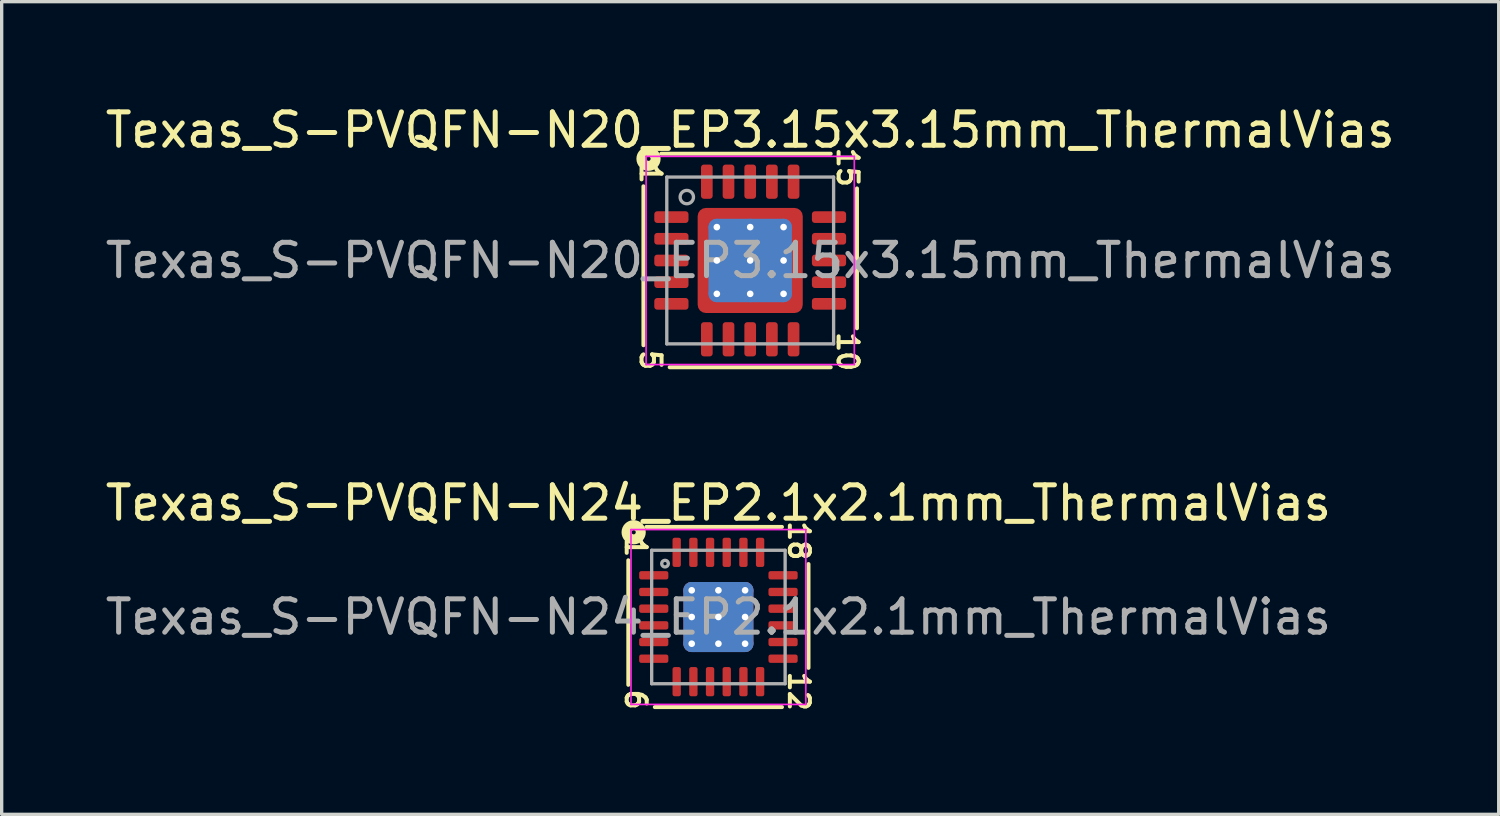
<source format=kicad_pcb>
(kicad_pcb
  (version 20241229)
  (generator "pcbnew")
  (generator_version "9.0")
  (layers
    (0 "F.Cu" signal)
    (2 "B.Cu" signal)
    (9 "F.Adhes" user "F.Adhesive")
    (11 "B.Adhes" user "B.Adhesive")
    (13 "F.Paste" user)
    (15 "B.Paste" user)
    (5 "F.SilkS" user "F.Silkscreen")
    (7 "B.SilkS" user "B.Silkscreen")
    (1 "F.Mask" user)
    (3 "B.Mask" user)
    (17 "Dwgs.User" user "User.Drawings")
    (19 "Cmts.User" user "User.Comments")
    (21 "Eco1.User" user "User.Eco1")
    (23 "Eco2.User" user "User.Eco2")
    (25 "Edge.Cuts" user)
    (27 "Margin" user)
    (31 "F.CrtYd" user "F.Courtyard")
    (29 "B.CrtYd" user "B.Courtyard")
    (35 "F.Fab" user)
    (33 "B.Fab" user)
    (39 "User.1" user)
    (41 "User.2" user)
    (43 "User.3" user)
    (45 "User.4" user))
  (footprint "Texas_S-PVQFN-N20_EP3.15x3.15mm_ThermalVias"
    (layer "F.Cu")
    (at 19.435 4.757)
    (property "Reference" "Texas_S-PVQFN-N20_EP3.15x3.15mm_ThermalVias" (at 0 -3.909 0) (layer "F.SilkS") (effects (font (size 1 1) (thickness 0.15))))
    (attr smd)
    (fp_line (start -3.2 -2.223) (end -3.2 2.54) (stroke (width 0.12) (type solid)) (layer "F.SilkS"))
    (fp_line (start -2.413 3.2) (end 2.413 3.2) (stroke (width 0.12) (type solid)) (layer "F.SilkS"))
    (fp_line (start 2.413 -3.2) (end -2.667 -3.2) (stroke (width 0.12) (type solid)) (layer "F.SilkS"))
    (fp_line (start 3.2 2.032) (end 3.2 -2.159) (stroke (width 0.12) (type solid)) (layer "F.SilkS"))
    (fp_circle (center -3.048 -3.048) (end -2.985 -3.048) (stroke (width 0.3) (type solid)) (fill no) (layer "F.SilkS"))
    (fp_line (start -3.12 -3.12) (end -3.12 3.12) (stroke (width 0.05) (type solid)) (layer "F.CrtYd"))
    (fp_line (start -3.12 3.12) (end 3.12 3.12) (stroke (width 0.05) (type solid)) (layer "F.CrtYd"))
    (fp_line (start 3.12 -3.12) (end -3.12 -3.12) (stroke (width 0.05) (type solid)) (layer "F.CrtYd"))
    (fp_line (start 3.12 3.12) (end 3.12 -3.12) (stroke (width 0.05) (type solid)) (layer "F.CrtYd"))
    (fp_line (start -2.5 -2.5) (end 2.5 -2.5) (stroke (width 0.1) (type solid)) (layer "F.Fab"))
    (fp_line (start -2.5 2.5) (end -2.5 -2.5) (stroke (width 0.1) (type solid)) (layer "F.Fab"))
    (fp_line (start 2.5 -2.5) (end 2.5 2.5) (stroke (width 0.1) (type solid)) (layer "F.Fab"))
    (fp_line (start 2.5 2.5) (end -2.5 2.5) (stroke (width 0.1) (type solid)) (layer "F.Fab"))
    (fp_circle (center -1.9 -1.9) (end -1.7 -1.9) (stroke (width 0.1) (type solid)) (fill no) (layer "F.Fab"))
    (fp_text user "15" (at 2.921 -2.794 270) (unlocked yes) (layer "F.SilkS") (effects (font (size 0.6 0.6) (thickness 0.12))))
    (fp_text user "10" (at 2.921 2.731 270) (unlocked yes) (layer "F.SilkS") (effects (font (size 0.6 0.6) (thickness 0.12))))
    (fp_text user "1" (at -2.985 -2.603 270) (unlocked yes) (layer "F.SilkS") (effects (font (size 0.6 0.6) (thickness 0.12))))
    (fp_text user "5" (at -2.985 2.985 270) (unlocked yes) (layer "F.SilkS") (effects (font (size 0.6 0.6) (thickness 0.12))))
    (fp_text user "${REFERENCE}" (at 0 0 0) (layer "F.Fab") (effects (font (size 1 1) (thickness 0.15))))
    (pad "" smd custom (at -1.288 -1.288) (size 0.342 0.342) (layers "F.Paste") (options (anchor circle)) (primitives (gr_poly (pts (xy 0.116 0.012) (xy 0.012 0.116) (xy -0.116 0.116) (xy -0.116 -0.116) (xy 0.116 -0.116)) (width 0.232) (fill yes))))
    (pad "" smd custom (at -1.288 -0.5) (size 0.371 0.371) (layers "F.Paste") (options (anchor circle)) (primitives (gr_poly (pts (xy 0.14 -0.235) (xy 0.14 0.235) (xy 0.063 0.311) (xy -0.14 0.311) (xy -0.14 -0.311) (xy 0.063 -0.311)) (width 0.184) (fill yes))))
    (pad "" smd custom (at -1.288 0.5) (size 0.371 0.371) (layers "F.Paste") (options (anchor circle)) (primitives (gr_poly (pts (xy 0.14 -0.235) (xy 0.14 0.235) (xy 0.063 0.311) (xy -0.14 0.311) (xy -0.14 -0.311) (xy 0.063 -0.311)) (width 0.184) (fill yes))))
    (pad "" smd custom (at -1.288 1.288) (size 0.342 0.342) (layers "F.Paste") (options (anchor circle)) (primitives (gr_poly (pts (xy 0.116 -0.012) (xy 0.116 0.116) (xy -0.116 0.116) (xy -0.116 -0.116) (xy 0.012 -0.116)) (width 0.232) (fill yes))))
    (pad "" smd custom (at -0.5 -1.288) (size 0.371 0.371) (layers "F.Paste") (options (anchor circle)) (primitives (gr_poly (pts (xy 0.311 0.063) (xy 0.235 0.14) (xy -0.235 0.14) (xy -0.311 0.063) (xy -0.311 -0.14) (xy 0.311 -0.14)) (width 0.184) (fill yes))))
    (pad "" smd roundrect (at -0.5 -0.5) (size 0.806 0.806) (layers "F.Paste") (roundrect_rratio 0.25))
    (pad "" smd roundrect (at -0.5 0.5) (size 0.806 0.806) (layers "F.Paste") (roundrect_rratio 0.25))
    (pad "" smd custom (at -0.5 1.288) (size 0.371 0.371) (layers "F.Paste") (options (anchor circle)) (primitives (gr_poly (pts (xy 0.311 -0.063) (xy 0.311 0.14) (xy -0.311 0.14) (xy -0.311 -0.063) (xy -0.235 -0.14) (xy 0.235 -0.14)) (width 0.184) (fill yes))))
    (pad "" smd custom (at 0.5 -1.288) (size 0.371 0.371) (layers "F.Paste") (options (anchor circle)) (primitives (gr_poly (pts (xy 0.311 0.063) (xy 0.235 0.14) (xy -0.235 0.14) (xy -0.311 0.063) (xy -0.311 -0.14) (xy 0.311 -0.14)) (width 0.184) (fill yes))))
    (pad "" smd roundrect (at 0.5 -0.5) (size 0.806 0.806) (layers "F.Paste") (roundrect_rratio 0.25))
    (pad "" smd roundrect (at 0.5 0.5) (size 0.806 0.806) (layers "F.Paste") (roundrect_rratio 0.25))
    (pad "" smd custom (at 0.5 1.288) (size 0.371 0.371) (layers "F.Paste") (options (anchor circle)) (primitives (gr_poly (pts (xy 0.311 -0.063) (xy 0.311 0.14) (xy -0.311 0.14) (xy -0.311 -0.063) (xy -0.235 -0.14) (xy 0.235 -0.14)) (width 0.184) (fill yes))))
    (pad "" smd custom (at 1.288 -1.288) (size 0.342 0.342) (layers "F.Paste") (options (anchor circle)) (primitives (gr_poly (pts (xy 0.116 0.116) (xy -0.012 0.116) (xy -0.116 0.012) (xy -0.116 -0.116) (xy 0.116 -0.116)) (width 0.232) (fill yes))))
    (pad "" smd custom (at 1.288 -0.5) (size 0.371 0.371) (layers "F.Paste") (options (anchor circle)) (primitives (gr_poly (pts (xy 0.14 0.311) (xy -0.063 0.311) (xy -0.14 0.235) (xy -0.14 -0.235) (xy -0.063 -0.311) (xy 0.14 -0.311)) (width 0.184) (fill yes))))
    (pad "" smd custom (at 1.288 0.5) (size 0.371 0.371) (layers "F.Paste") (options (anchor circle)) (primitives (gr_poly (pts (xy 0.14 0.311) (xy -0.063 0.311) (xy -0.14 0.235) (xy -0.14 -0.235) (xy -0.063 -0.311) (xy 0.14 -0.311)) (width 0.184) (fill yes))))
    (pad "" smd custom (at 1.288 1.288) (size 0.342 0.342) (layers "F.Paste") (options (anchor circle)) (primitives (gr_poly (pts (xy 0.116 0.116) (xy -0.116 0.116) (xy -0.116 -0.012) (xy -0.012 -0.116) (xy 0.116 -0.116)) (width 0.232) (fill yes))))
    (pad "1" smd roundrect (at -2.362 -1.3) (size 1.025 0.35) (layers "F.Cu" "F.Mask" "F.Paste") (roundrect_rratio 0.25))
    (pad "2" smd roundrect (at -2.362 -0.65) (size 1.025 0.35) (layers "F.Cu" "F.Mask" "F.Paste") (roundrect_rratio 0.25))
    (pad "3" smd roundrect (at -2.362 0) (size 1.025 0.35) (layers "F.Cu" "F.Mask" "F.Paste") (roundrect_rratio 0.25))
    (pad "4" smd roundrect (at -2.362 0.65) (size 1.025 0.35) (layers "F.Cu" "F.Mask" "F.Paste") (roundrect_rratio 0.25))
    (pad "5" smd roundrect (at -2.362 1.3) (size 1.025 0.35) (layers "F.Cu" "F.Mask" "F.Paste") (roundrect_rratio 0.25))
    (pad "6" smd roundrect (at -1.3 2.362) (size 0.35 1.025) (layers "F.Cu" "F.Mask" "F.Paste") (roundrect_rratio 0.25))
    (pad "7" smd roundrect (at -0.65 2.362) (size 0.35 1.025) (layers "F.Cu" "F.Mask" "F.Paste") (roundrect_rratio 0.25))
    (pad "8" smd roundrect (at 0 2.362) (size 0.35 1.025) (layers "F.Cu" "F.Mask" "F.Paste") (roundrect_rratio 0.25))
    (pad "9" smd roundrect (at 0.65 2.362) (size 0.35 1.025) (layers "F.Cu" "F.Mask" "F.Paste") (roundrect_rratio 0.25))
    (pad "10" smd roundrect (at 1.3 2.362) (size 0.35 1.025) (layers "F.Cu" "F.Mask" "F.Paste") (roundrect_rratio 0.25))
    (pad "11" smd roundrect (at 2.362 1.3) (size 1.025 0.35) (layers "F.Cu" "F.Mask" "F.Paste") (roundrect_rratio 0.25))
    (pad "12" smd roundrect (at 2.362 0.65) (size 1.025 0.35) (layers "F.Cu" "F.Mask" "F.Paste") (roundrect_rratio 0.25))
    (pad "13" smd roundrect (at 2.362 0) (size 1.025 0.35) (layers "F.Cu" "F.Mask" "F.Paste") (roundrect_rratio 0.25))
    (pad "14" smd roundrect (at 2.362 -0.65) (size 1.025 0.35) (layers "F.Cu" "F.Mask" "F.Paste") (roundrect_rratio 0.25))
    (pad "15" smd roundrect (at 2.362 -1.3) (size 1.025 0.35) (layers "F.Cu" "F.Mask" "F.Paste") (roundrect_rratio 0.25))
    (pad "16" smd roundrect (at 1.3 -2.362) (size 0.35 1.025) (layers "F.Cu" "F.Mask" "F.Paste") (roundrect_rratio 0.25))
    (pad "17" smd roundrect (at 0.65 -2.362) (size 0.35 1.025) (layers "F.Cu" "F.Mask" "F.Paste") (roundrect_rratio 0.25))
    (pad "18" smd roundrect (at 0 -2.362) (size 0.35 1.025) (layers "F.Cu" "F.Mask" "F.Paste") (roundrect_rratio 0.25))
    (pad "19" smd roundrect (at -0.65 -2.362) (size 0.35 1.025) (layers "F.Cu" "F.Mask" "F.Paste") (roundrect_rratio 0.25))
    (pad "20" smd roundrect (at -1.3 -2.362) (size 0.35 1.025) (layers "F.Cu" "F.Mask" "F.Paste") (roundrect_rratio 0.25))
    (pad "21" thru_hole circle (at -1 -1) (size 0.5 0.5) (drill 0.2) (property pad_prop_heatsink) (layers "*.Cu"))
    (pad "21" thru_hole circle (at -1 0) (size 0.5 0.5) (drill 0.2) (property pad_prop_heatsink) (layers "*.Cu"))
    (pad "21" thru_hole circle (at -1 1) (size 0.5 0.5) (drill 0.2) (property pad_prop_heatsink) (layers "*.Cu"))
    (pad "21" thru_hole circle (at 0 -1) (size 0.5 0.5) (drill 0.2) (property pad_prop_heatsink) (layers "*.Cu"))
    (pad "21" thru_hole circle (at 0 0) (size 0.5 0.5) (drill 0.2) (property pad_prop_heatsink) (layers "*.Cu"))
    (pad "21" smd roundrect (at 0 0) (size 2.5 2.5) (layers "B.Cu" "B.Mask") (roundrect_rratio 0.1))
    (pad "21" smd roundrect (at 0 0) (size 3.15 3.15) (layers "F.Cu" "F.Mask") (roundrect_rratio 0.079))
    (pad "21" thru_hole circle (at 0 1) (size 0.5 0.5) (drill 0.2) (property pad_prop_heatsink) (layers "*.Cu"))
    (pad "21" thru_hole circle (at 1 -1) (size 0.5 0.5) (drill 0.2) (property pad_prop_heatsink) (layers "*.Cu"))
    (pad "21" thru_hole circle (at 1 0) (size 0.5 0.5) (drill 0.2) (property pad_prop_heatsink) (layers "*.Cu"))
    (pad "21" thru_hole circle (at 1 1) (size 0.5 0.5) (drill 0.2) (property pad_prop_heatsink) (layers "*.Cu")))
  (footprint "Texas_S-PVQFN-N24_EP2.1x2.1mm_ThermalVias"
    (layer "F.Cu")
    (at 18.482 15.443)
    (property "Reference" "Texas_S-PVQFN-N24_EP2.1x2.1mm_ThermalVias" (at 0 -3.417 0) (layer "F.SilkS") (effects (font (size 1 1) (thickness 0.15))))
    (attr smd)
    (fp_line (start -2.7 -1.7) (end -2.7 2.032) (stroke (width 0.12) (type solid)) (layer "F.SilkS"))
    (fp_line (start -1.905 2.7) (end 1.905 2.7) (stroke (width 0.12) (type solid)) (layer "F.SilkS"))
    (fp_line (start 1.905 -2.7) (end -2.159 -2.7) (stroke (width 0.12) (type solid)) (layer "F.SilkS"))
    (fp_line (start 2.7 1.524) (end 2.7 -1.587) (stroke (width 0.12) (type solid)) (layer "F.SilkS"))
    (fp_circle (center -2.54 -2.54) (end -2.477 -2.54) (stroke (width 0.3) (type solid)) (fill no) (layer "F.SilkS"))
    (fp_line (start -2.62 -2.62) (end -2.62 2.62) (stroke (width 0.05) (type solid)) (layer "F.CrtYd"))
    (fp_line (start -2.62 2.62) (end 2.62 2.62) (stroke (width 0.05) (type solid)) (layer "F.CrtYd"))
    (fp_line (start 2.62 -2.62) (end -2.62 -2.62) (stroke (width 0.05) (type solid)) (layer "F.CrtYd"))
    (fp_line (start 2.62 2.62) (end 2.62 -2.62) (stroke (width 0.05) (type solid)) (layer "F.CrtYd"))
    (fp_line (start -2 -2) (end 2 -2) (stroke (width 0.1) (type solid)) (layer "F.Fab"))
    (fp_line (start -2 2) (end -2 -2) (stroke (width 0.1) (type solid)) (layer "F.Fab"))
    (fp_line (start 2 -2) (end 2 2) (stroke (width 0.1) (type solid)) (layer "F.Fab"))
    (fp_line (start 2 2) (end -2 2) (stroke (width 0.1) (type solid)) (layer "F.Fab"))
    (fp_circle (center -1.6 -1.6) (end -1.5 -1.6) (stroke (width 0.1) (type solid)) (fill no) (layer "F.Fab"))
    (fp_text user "18" (at 2.413 -2.286 270) (unlocked yes) (layer "F.SilkS") (effects (font (size 0.6 0.6) (thickness 0.12))))
    (fp_text user "12" (at 2.413 2.223 270) (unlocked yes) (layer "F.SilkS") (effects (font (size 0.6 0.6) (thickness 0.12))))
    (fp_text user "1" (at -2.477 -2.095 270) (unlocked yes) (layer "F.SilkS") (effects (font (size 0.6 0.6) (thickness 0.12))))
    (fp_text user "6" (at -2.477 2.477 270) (unlocked yes) (layer "F.SilkS") (effects (font (size 0.6 0.6) (thickness 0.12))))
    (fp_text user "${REFERENCE}" (at 0 0 0) (layer "F.Fab") (effects (font (size 1 1) (thickness 0.15))))
    (pad "" smd roundrect (at -0.525 -0.525) (size 0.88 0.88) (layers "F.Paste") (roundrect_rratio 0.25))
    (pad "" smd roundrect (at -0.525 0.525) (size 0.88 0.88) (layers "F.Paste") (roundrect_rratio 0.25))
    (pad "" smd roundrect (at 0.525 -0.525) (size 0.88 0.88) (layers "F.Paste") (roundrect_rratio 0.25))
    (pad "" smd roundrect (at 0.525 0.525) (size 0.88 0.88) (layers "F.Paste") (roundrect_rratio 0.25))
    (pad "1" smd roundrect (at -1.938 -1.25) (size 0.875 0.25) (layers "F.Cu" "F.Mask" "F.Paste") (roundrect_rratio 0.25))
    (pad "2" smd roundrect (at -1.938 -0.75) (size 0.875 0.25) (layers "F.Cu" "F.Mask" "F.Paste") (roundrect_rratio 0.25))
    (pad "3" smd roundrect (at -1.938 -0.25) (size 0.875 0.25) (layers "F.Cu" "F.Mask" "F.Paste") (roundrect_rratio 0.25))
    (pad "4" smd roundrect (at -1.938 0.25) (size 0.875 0.25) (layers "F.Cu" "F.Mask" "F.Paste") (roundrect_rratio 0.25))
    (pad "5" smd roundrect (at -1.938 0.75) (size 0.875 0.25) (layers "F.Cu" "F.Mask" "F.Paste") (roundrect_rratio 0.25))
    (pad "6" smd roundrect (at -1.938 1.25) (size 0.875 0.25) (layers "F.Cu" "F.Mask" "F.Paste") (roundrect_rratio 0.25))
    (pad "7" smd roundrect (at -1.25 1.938) (size 0.25 0.875) (layers "F.Cu" "F.Mask" "F.Paste") (roundrect_rratio 0.25))
    (pad "8" smd roundrect (at -0.75 1.938) (size 0.25 0.875) (layers "F.Cu" "F.Mask" "F.Paste") (roundrect_rratio 0.25))
    (pad "9" smd roundrect (at -0.25 1.938) (size 0.25 0.875) (layers "F.Cu" "F.Mask" "F.Paste") (roundrect_rratio 0.25))
    (pad "10" smd roundrect (at 0.25 1.938) (size 0.25 0.875) (layers "F.Cu" "F.Mask" "F.Paste") (roundrect_rratio 0.25))
    (pad "11" smd roundrect (at 0.75 1.938) (size 0.25 0.875) (layers "F.Cu" "F.Mask" "F.Paste") (roundrect_rratio 0.25))
    (pad "12" smd roundrect (at 1.25 1.938) (size 0.25 0.875) (layers "F.Cu" "F.Mask" "F.Paste") (roundrect_rratio 0.25))
    (pad "13" smd roundrect (at 1.938 1.25) (size 0.875 0.25) (layers "F.Cu" "F.Mask" "F.Paste") (roundrect_rratio 0.25))
    (pad "14" smd roundrect (at 1.938 0.75) (size 0.875 0.25) (layers "F.Cu" "F.Mask" "F.Paste") (roundrect_rratio 0.25))
    (pad "15" smd roundrect (at 1.938 0.25) (size 0.875 0.25) (layers "F.Cu" "F.Mask" "F.Paste") (roundrect_rratio 0.25))
    (pad "16" smd roundrect (at 1.938 -0.25) (size 0.875 0.25) (layers "F.Cu" "F.Mask" "F.Paste") (roundrect_rratio 0.25))
    (pad "17" smd roundrect (at 1.938 -0.75) (size 0.875 0.25) (layers "F.Cu" "F.Mask" "F.Paste") (roundrect_rratio 0.25))
    (pad "18" smd roundrect (at 1.938 -1.25) (size 0.875 0.25) (layers "F.Cu" "F.Mask" "F.Paste") (roundrect_rratio 0.25))
    (pad "19" smd roundrect (at 1.25 -1.938) (size 0.25 0.875) (layers "F.Cu" "F.Mask" "F.Paste") (roundrect_rratio 0.25))
    (pad "20" smd roundrect (at 0.75 -1.938) (size 0.25 0.875) (layers "F.Cu" "F.Mask" "F.Paste") (roundrect_rratio 0.25))
    (pad "21" smd roundrect (at 0.25 -1.938) (size 0.25 0.875) (layers "F.Cu" "F.Mask" "F.Paste") (roundrect_rratio 0.25))
    (pad "22" smd roundrect (at -0.25 -1.938) (size 0.25 0.875) (layers "F.Cu" "F.Mask" "F.Paste") (roundrect_rratio 0.25))
    (pad "23" smd roundrect (at -0.75 -1.938) (size 0.25 0.875) (layers "F.Cu" "F.Mask" "F.Paste") (roundrect_rratio 0.25))
    (pad "24" smd roundrect (at -1.25 -1.938) (size 0.25 0.875) (layers "F.Cu" "F.Mask" "F.Paste") (roundrect_rratio 0.25))
    (pad "25" thru_hole circle (at -0.8 -0.8) (size 0.5 0.5) (drill 0.2) (property pad_prop_heatsink) (layers "*.Cu"))
    (pad "25" thru_hole circle (at -0.8 0) (size 0.5 0.5) (drill 0.2) (property pad_prop_heatsink) (layers "*.Cu"))
    (pad "25" thru_hole circle (at -0.8 0.8) (size 0.5 0.5) (drill 0.2) (property pad_prop_heatsink) (layers "*.Cu"))
    (pad "25" thru_hole circle (at 0 -0.8) (size 0.5 0.5) (drill 0.2) (property pad_prop_heatsink) (layers "*.Cu"))
    (pad "25" thru_hole circle (at 0 0) (size 0.5 0.5) (drill 0.2) (property pad_prop_heatsink) (layers "*.Cu"))
    (pad "25" smd roundrect (at 0 0) (size 2.1 2.1) (layers "F.Cu" "F.Mask") (roundrect_rratio 0.119))
    (pad "25" smd roundrect (at 0 0) (size 2.1 2.1) (layers "B.Cu" "B.Mask") (roundrect_rratio 0.119))
    (pad "25" thru_hole circle (at 0 0.8) (size 0.5 0.5) (drill 0.2) (property pad_prop_heatsink) (layers "*.Cu"))
    (pad "25" thru_hole circle (at 0.8 -0.8) (size 0.5 0.5) (drill 0.2) (property pad_prop_heatsink) (layers "*.Cu"))
    (pad "25" thru_hole circle (at 0.8 0) (size 0.5 0.5) (drill 0.2) (property pad_prop_heatsink) (layers "*.Cu"))
    (pad "25" thru_hole circle (at 0.8 0.8) (size 0.5 0.5) (drill 0.2) (property pad_prop_heatsink) (layers "*.Cu")))
  (gr_rect
    (start -3 -3)
    (end 41.869 21.357)
    (stroke (width 0.1) (type default))
    (fill no)
    (layer "Edge.Cuts")))
</source>
